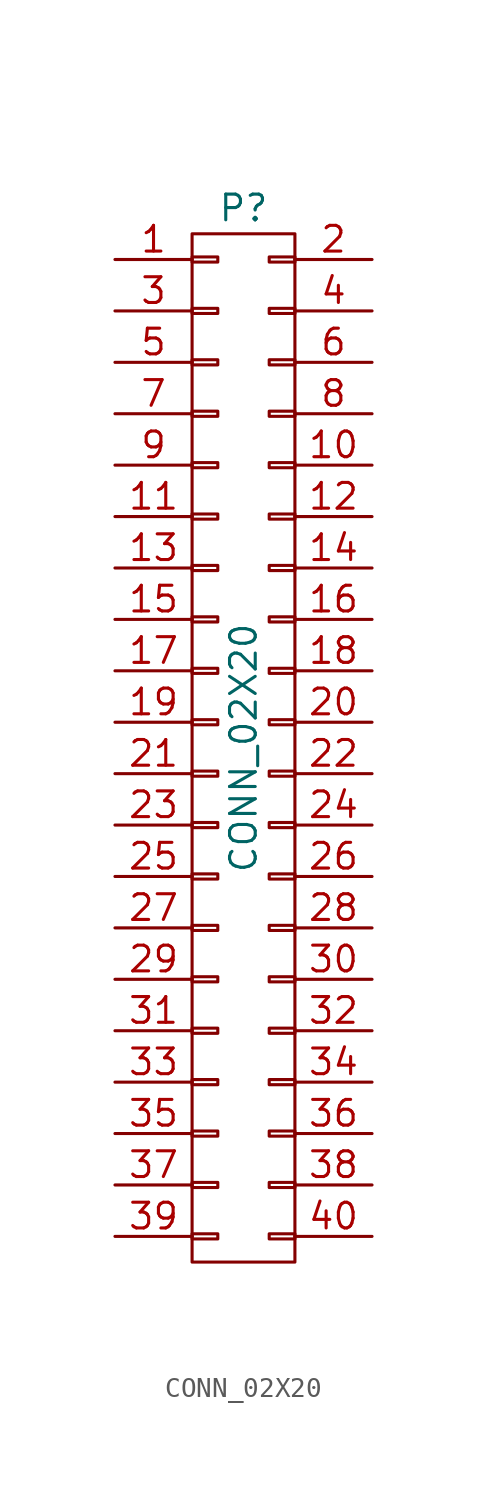
<source format=kicad_sym>
(kicad_symbol_lib
  (version 20220914)
  (generator kicad_symbol_editor)
  (symbol "CONN_02X20"
    (pin_names
      (offset 0.025) hide)
    (property "Reference" "P"
      (at 0 26.67 0)
      (effects (font (size 1.27 1.27))))
    (property "Value" "CONN_02X20"
      (at 0 0 90)
      (effects (font (size 1.27 1.27))))
    (property "Footprint" ""
      (at 0 -24.13 0)
      (effects (font (size 1.27 1.27))))
    (property "Datasheet" ""
      (at 0 -24.13 0)
      (effects (font (size 1.27 1.27))))
    (symbol "CONN_02X20_0_1"
      (rectangle (start -2.54 -24.003) (end -1.27 -24.257) (stroke (width 0) (type solid)) (fill (type none)))
      (rectangle (start -2.54 -21.463) (end -1.27 -21.717) (stroke (width 0) (type solid)) (fill (type none)))
      (rectangle (start -2.54 -18.923) (end -1.27 -19.177) (stroke (width 0) (type solid)) (fill (type none)))
      (rectangle (start -2.54 -16.383) (end -1.27 -16.637) (stroke (width 0) (type solid)) (fill (type none)))
      (rectangle (start -2.54 -13.843) (end -1.27 -14.097) (stroke (width 0) (type solid)) (fill (type none)))
      (rectangle (start -2.54 -11.303) (end -1.27 -11.557) (stroke (width 0) (type solid)) (fill (type none)))
      (rectangle (start -2.54 -8.763) (end -1.27 -9.017) (stroke (width 0) (type solid)) (fill (type none)))
      (rectangle (start -2.54 -6.223) (end -1.27 -6.477) (stroke (width 0) (type solid)) (fill (type none)))
      (rectangle (start -2.54 -3.683) (end -1.27 -3.937) (stroke (width 0) (type solid)) (fill (type none)))
      (rectangle (start -2.54 -1.143) (end -1.27 -1.397) (stroke (width 0) (type solid)) (fill (type none)))
      (rectangle (start -2.54 1.397) (end -1.27 1.143) (stroke (width 0) (type solid)) (fill (type none)))
      (rectangle (start -2.54 3.937) (end -1.27 3.683) (stroke (width 0) (type solid)) (fill (type none)))
      (rectangle (start -2.54 6.477) (end -1.27 6.223) (stroke (width 0) (type solid)) (fill (type none)))
      (rectangle (start -2.54 9.017) (end -1.27 8.763) (stroke (width 0) (type solid)) (fill (type none)))
      (rectangle (start -2.54 11.557) (end -1.27 11.303) (stroke (width 0) (type solid)) (fill (type none)))
      (rectangle (start -2.54 14.097) (end -1.27 13.843) (stroke (width 0) (type solid)) (fill (type none)))
      (rectangle (start -2.54 16.637) (end -1.27 16.383) (stroke (width 0) (type solid)) (fill (type none)))
      (rectangle (start -2.54 19.177) (end -1.27 18.923) (stroke (width 0) (type solid)) (fill (type none)))
      (rectangle (start -2.54 21.717) (end -1.27 21.463) (stroke (width 0) (type solid)) (fill (type none)))
      (rectangle (start -2.54 24.257) (end -1.27 24.003) (stroke (width 0) (type solid)) (fill (type none)))
      (rectangle (start -2.54 25.4) (end 2.54 -25.4) (stroke (width 0) (type solid)) (fill (type none)))
      (rectangle (start 1.27 -24.003) (end 2.54 -24.257) (stroke (width 0) (type solid)) (fill (type none)))
      (rectangle (start 1.27 -21.463) (end 2.54 -21.717) (stroke (width 0) (type solid)) (fill (type none)))
      (rectangle (start 1.27 -18.923) (end 2.54 -19.177) (stroke (width 0) (type solid)) (fill (type none)))
      (rectangle (start 1.27 -16.383) (end 2.54 -16.637) (stroke (width 0) (type solid)) (fill (type none)))
      (rectangle (start 1.27 -13.843) (end 2.54 -14.097) (stroke (width 0) (type solid)) (fill (type none)))
      (rectangle (start 1.27 -11.303) (end 2.54 -11.557) (stroke (width 0) (type solid)) (fill (type none)))
      (rectangle (start 1.27 -8.763) (end 2.54 -9.017) (stroke (width 0) (type solid)) (fill (type none)))
      (rectangle (start 1.27 -6.223) (end 2.54 -6.477) (stroke (width 0) (type solid)) (fill (type none)))
      (rectangle (start 1.27 -3.683) (end 2.54 -3.937) (stroke (width 0) (type solid)) (fill (type none)))
      (rectangle (start 1.27 -1.143) (end 2.54 -1.397) (stroke (width 0) (type solid)) (fill (type none)))
      (rectangle (start 1.27 1.397) (end 2.54 1.143) (stroke (width 0) (type solid)) (fill (type none)))
      (rectangle (start 1.27 3.937) (end 2.54 3.683) (stroke (width 0) (type solid)) (fill (type none)))
      (rectangle (start 1.27 6.477) (end 2.54 6.223) (stroke (width 0) (type solid)) (fill (type none)))
      (rectangle (start 1.27 9.017) (end 2.54 8.763) (stroke (width 0) (type solid)) (fill (type none)))
      (rectangle (start 1.27 11.557) (end 2.54 11.303) (stroke (width 0) (type solid)) (fill (type none)))
      (rectangle (start 1.27 14.097) (end 2.54 13.843) (stroke (width 0) (type solid)) (fill (type none)))
      (rectangle (start 1.27 16.637) (end 2.54 16.383) (stroke (width 0) (type solid)) (fill (type none)))
      (rectangle (start 1.27 19.177) (end 2.54 18.923) (stroke (width 0) (type solid)) (fill (type none)))
      (rectangle (start 1.27 21.717) (end 2.54 21.463) (stroke (width 0) (type solid)) (fill (type none)))
      (rectangle (start 1.27 24.257) (end 2.54 24.003) (stroke (width 0) (type solid)) (fill (type none))))
    (symbol "CONN_02X20_1_1"
      (pin passive line (at -6.35 24.13 0) (length 3.81) (name "P1" (effects (font (size 1.27 1.27)))) (number "1" (effects (font (size 1.27 1.27)))))
      (pin passive line (at 6.35 13.97 180) (length 3.81) (name "P10" (effects (font (size 1.27 1.27)))) (number "10" (effects (font (size 1.27 1.27)))))
      (pin passive line (at -6.35 11.43 0) (length 3.81) (name "P11" (effects (font (size 1.27 1.27)))) (number "11" (effects (font (size 1.27 1.27)))))
      (pin passive line (at 6.35 11.43 180) (length 3.81) (name "P12" (effects (font (size 1.27 1.27)))) (number "12" (effects (font (size 1.27 1.27)))))
      (pin passive line (at -6.35 8.89 0) (length 3.81) (name "P13" (effects (font (size 1.27 1.27)))) (number "13" (effects (font (size 1.27 1.27)))))
      (pin passive line (at 6.35 8.89 180) (length 3.81) (name "P14" (effects (font (size 1.27 1.27)))) (number "14" (effects (font (size 1.27 1.27)))))
      (pin passive line (at -6.35 6.35 0) (length 3.81) (name "P15" (effects (font (size 1.27 1.27)))) (number "15" (effects (font (size 1.27 1.27)))))
      (pin passive line (at 6.35 6.35 180) (length 3.81) (name "P16" (effects (font (size 1.27 1.27)))) (number "16" (effects (font (size 1.27 1.27)))))
      (pin passive line (at -6.35 3.81 0) (length 3.81) (name "P17" (effects (font (size 1.27 1.27)))) (number "17" (effects (font (size 1.27 1.27)))))
      (pin passive line (at 6.35 3.81 180) (length 3.81) (name "P18" (effects (font (size 1.27 1.27)))) (number "18" (effects (font (size 1.27 1.27)))))
      (pin passive line (at -6.35 1.27 0) (length 3.81) (name "P19" (effects (font (size 1.27 1.27)))) (number "19" (effects (font (size 1.27 1.27)))))
      (pin passive line (at 6.35 24.13 180) (length 3.81) (name "P2" (effects (font (size 1.27 1.27)))) (number "2" (effects (font (size 1.27 1.27)))))
      (pin passive line (at 6.35 1.27 180) (length 3.81) (name "P20" (effects (font (size 1.27 1.27)))) (number "20" (effects (font (size 1.27 1.27)))))
      (pin passive line (at -6.35 -1.27 0) (length 3.81) (name "P21" (effects (font (size 1.27 1.27)))) (number "21" (effects (font (size 1.27 1.27)))))
      (pin passive line (at 6.35 -1.27 180) (length 3.81) (name "P22" (effects (font (size 1.27 1.27)))) (number "22" (effects (font (size 1.27 1.27)))))
      (pin passive line (at -6.35 -3.81 0) (length 3.81) (name "P23" (effects (font (size 1.27 1.27)))) (number "23" (effects (font (size 1.27 1.27)))))
      (pin passive line (at 6.35 -3.81 180) (length 3.81) (name "P24" (effects (font (size 1.27 1.27)))) (number "24" (effects (font (size 1.27 1.27)))))
      (pin passive line (at -6.35 -6.35 0) (length 3.81) (name "P25" (effects (font (size 1.27 1.27)))) (number "25" (effects (font (size 1.27 1.27)))))
      (pin passive line (at 6.35 -6.35 180) (length 3.81) (name "P26" (effects (font (size 1.27 1.27)))) (number "26" (effects (font (size 1.27 1.27)))))
      (pin passive line (at -6.35 -8.89 0) (length 3.81) (name "P27" (effects (font (size 1.27 1.27)))) (number "27" (effects (font (size 1.27 1.27)))))
      (pin passive line (at 6.35 -8.89 180) (length 3.81) (name "P28" (effects (font (size 1.27 1.27)))) (number "28" (effects (font (size 1.27 1.27)))))
      (pin passive line (at -6.35 -11.43 0) (length 3.81) (name "P29" (effects (font (size 1.27 1.27)))) (number "29" (effects (font (size 1.27 1.27)))))
      (pin passive line (at -6.35 21.59 0) (length 3.81) (name "P3" (effects (font (size 1.27 1.27)))) (number "3" (effects (font (size 1.27 1.27)))))
      (pin passive line (at 6.35 -11.43 180) (length 3.81) (name "P30" (effects (font (size 1.27 1.27)))) (number "30" (effects (font (size 1.27 1.27)))))
      (pin passive line (at -6.35 -13.97 0) (length 3.81) (name "P31" (effects (font (size 1.27 1.27)))) (number "31" (effects (font (size 1.27 1.27)))))
      (pin passive line (at 6.35 -13.97 180) (length 3.81) (name "P32" (effects (font (size 1.27 1.27)))) (number "32" (effects (font (size 1.27 1.27)))))
      (pin passive line (at -6.35 -16.51 0) (length 3.81) (name "P33" (effects (font (size 1.27 1.27)))) (number "33" (effects (font (size 1.27 1.27)))))
      (pin passive line (at 6.35 -16.51 180) (length 3.81) (name "P34" (effects (font (size 1.27 1.27)))) (number "34" (effects (font (size 1.27 1.27)))))
      (pin passive line (at -6.35 -19.05 0) (length 3.81) (name "P35" (effects (font (size 1.27 1.27)))) (number "35" (effects (font (size 1.27 1.27)))))
      (pin passive line (at 6.35 -19.05 180) (length 3.81) (name "P36" (effects (font (size 1.27 1.27)))) (number "36" (effects (font (size 1.27 1.27)))))
      (pin passive line (at -6.35 -21.59 0) (length 3.81) (name "P37" (effects (font (size 1.27 1.27)))) (number "37" (effects (font (size 1.27 1.27)))))
      (pin passive line (at 6.35 -21.59 180) (length 3.81) (name "P38" (effects (font (size 1.27 1.27)))) (number "38" (effects (font (size 1.27 1.27)))))
      (pin passive line (at -6.35 -24.13 0) (length 3.81) (name "P39" (effects (font (size 1.27 1.27)))) (number "39" (effects (font (size 1.27 1.27)))))
      (pin passive line (at 6.35 21.59 180) (length 3.81) (name "P4" (effects (font (size 1.27 1.27)))) (number "4" (effects (font (size 1.27 1.27)))))
      (pin passive line (at 6.35 -24.13 180) (length 3.81) (name "P40" (effects (font (size 1.27 1.27)))) (number "40" (effects (font (size 1.27 1.27)))))
      (pin passive line (at -6.35 19.05 0) (length 3.81) (name "P5" (effects (font (size 1.27 1.27)))) (number "5" (effects (font (size 1.27 1.27)))))
      (pin passive line (at 6.35 19.05 180) (length 3.81) (name "P6" (effects (font (size 1.27 1.27)))) (number "6" (effects (font (size 1.27 1.27)))))
      (pin passive line (at -6.35 16.51 0) (length 3.81) (name "P7" (effects (font (size 1.27 1.27)))) (number "7" (effects (font (size 1.27 1.27)))))
      (pin passive line (at 6.35 16.51 180) (length 3.81) (name "P8" (effects (font (size 1.27 1.27)))) (number "8" (effects (font (size 1.27 1.27)))))
      (pin passive line (at -6.35 13.97 0) (length 3.81) (name "P9" (effects (font (size 1.27 1.27)))) (number "9" (effects (font (size 1.27 1.27))))))))
</source>
